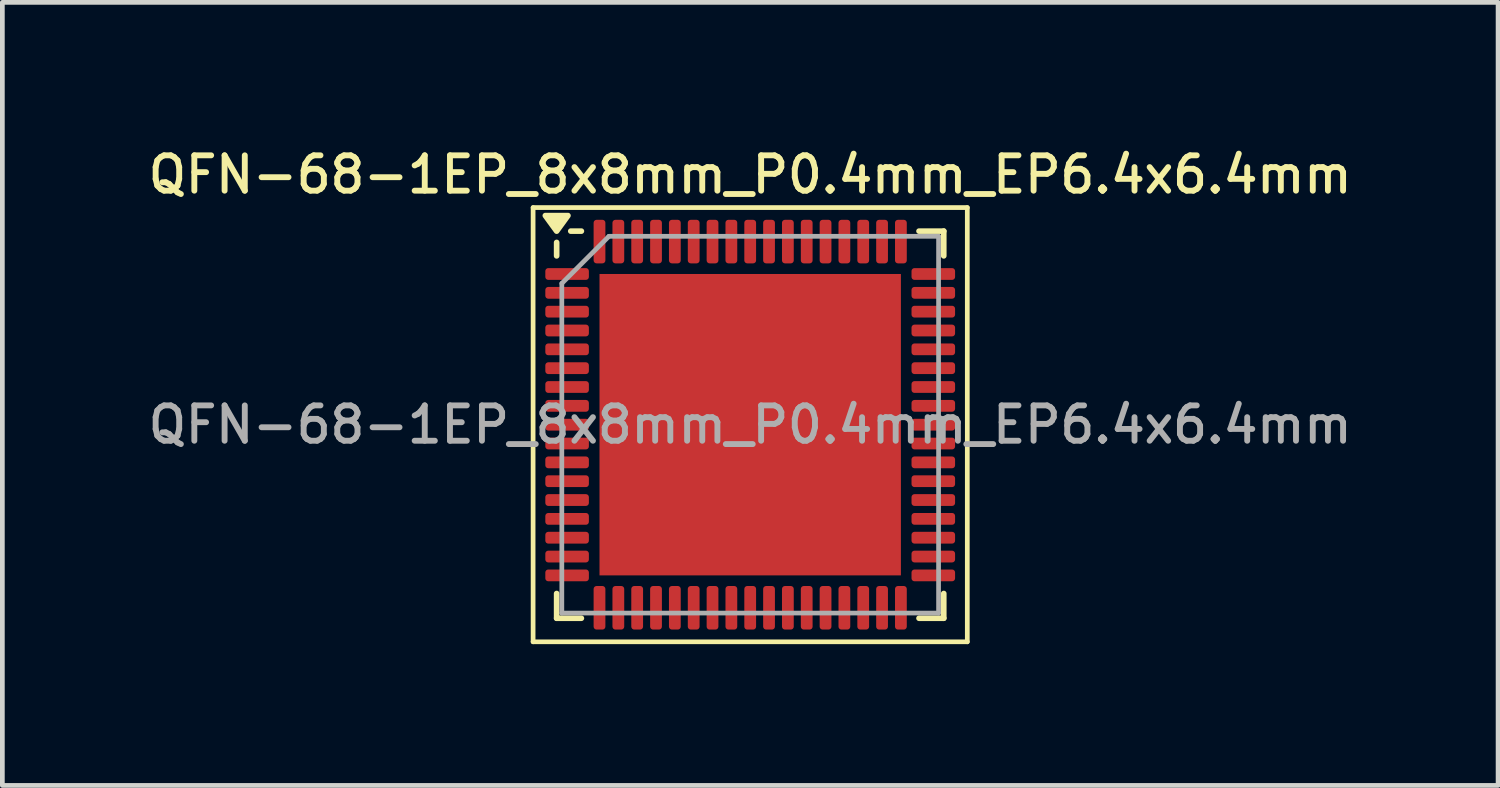
<source format=kicad_pcb>
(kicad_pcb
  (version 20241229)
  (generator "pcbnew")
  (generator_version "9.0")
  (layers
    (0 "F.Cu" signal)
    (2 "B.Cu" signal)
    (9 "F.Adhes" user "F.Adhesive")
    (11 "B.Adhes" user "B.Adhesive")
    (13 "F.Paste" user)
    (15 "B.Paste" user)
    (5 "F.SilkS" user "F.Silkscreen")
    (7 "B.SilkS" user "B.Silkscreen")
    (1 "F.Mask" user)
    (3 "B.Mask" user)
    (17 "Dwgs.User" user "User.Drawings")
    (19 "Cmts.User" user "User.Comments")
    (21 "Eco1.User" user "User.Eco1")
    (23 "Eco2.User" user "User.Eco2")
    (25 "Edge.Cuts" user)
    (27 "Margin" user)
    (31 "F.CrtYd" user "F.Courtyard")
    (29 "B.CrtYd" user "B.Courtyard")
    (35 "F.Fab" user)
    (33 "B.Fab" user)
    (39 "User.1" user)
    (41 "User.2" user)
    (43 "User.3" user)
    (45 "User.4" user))
  (footprint "QFN-68-1EP_8x8mm_P0.4mm_EP6.4x6.4mm"
    (layer "F.Cu")
    (at 12.88 5.968)
    (property "Reference" "QFN-68-1EP_8x8mm_P0.4mm_EP6.4x6.4mm" (at 0 -5.31 0) (layer "F.SilkS") (effects (font (size 0.75 0.75) (thickness 0.125))))
    (attr smd)
    (fp_line (start -4.61 -4.61) (end -4.61 4.61) (stroke (width 0.1) (type solid)) (layer "F.SilkS"))
    (fp_line (start -4.61 4.61) (end 4.61 4.61) (stroke (width 0.1) (type solid)) (layer "F.SilkS"))
    (fp_line (start -4.11 -3.585) (end -4.11 -3.87) (stroke (width 0.12) (type solid)) (layer "F.SilkS"))
    (fp_line (start -4.11 4.11) (end -4.11 3.585) (stroke (width 0.12) (type solid)) (layer "F.SilkS"))
    (fp_line (start -3.585 -4.11) (end -3.81 -4.11) (stroke (width 0.12) (type solid)) (layer "F.SilkS"))
    (fp_line (start -3.585 4.11) (end -4.11 4.11) (stroke (width 0.12) (type solid)) (layer "F.SilkS"))
    (fp_line (start 3.585 -4.11) (end 4.11 -4.11) (stroke (width 0.12) (type solid)) (layer "F.SilkS"))
    (fp_line (start 3.585 4.11) (end 4.11 4.11) (stroke (width 0.12) (type solid)) (layer "F.SilkS"))
    (fp_line (start 4.11 -4.11) (end 4.11 -3.585) (stroke (width 0.12) (type solid)) (layer "F.SilkS"))
    (fp_line (start 4.11 4.11) (end 4.11 3.585) (stroke (width 0.12) (type solid)) (layer "F.SilkS"))
    (fp_line (start 4.61 -4.61) (end -4.61 -4.61) (stroke (width 0.1) (type solid)) (layer "F.SilkS"))
    (fp_line (start 4.61 4.61) (end 4.61 -4.61) (stroke (width 0.1) (type solid)) (layer "F.SilkS"))
    (fp_poly (pts (xy -4.11 -4.11) (xy -4.35 -4.44) (xy -3.87 -4.44) (xy -4.11 -4.11)) (stroke (width 0.12) (type solid)) (fill yes) (layer "F.SilkS"))
    (fp_line (start -4 -3) (end -3 -4) (stroke (width 0.1) (type solid)) (layer "F.Fab"))
    (fp_line (start -4 4) (end -4 -3) (stroke (width 0.1) (type solid)) (layer "F.Fab"))
    (fp_line (start -3 -4) (end 4 -4) (stroke (width 0.1) (type solid)) (layer "F.Fab"))
    (fp_line (start 4 -4) (end 4 4) (stroke (width 0.1) (type solid)) (layer "F.Fab"))
    (fp_line (start 4 4) (end -4 4) (stroke (width 0.1) (type solid)) (layer "F.Fab"))
    (fp_text user "${REFERENCE}" (at 0 0 0) (layer "F.Fab") (effects (font (size 0.75 0.75) (thickness 0.125))))
    (pad "" smd roundrect (at -2.4 -2.4) (size 1.29 1.29) (layers "F.Paste") (roundrect_rratio 0.194))
    (pad "" smd roundrect (at -2.4 -0.8) (size 1.29 1.29) (layers "F.Paste") (roundrect_rratio 0.194))
    (pad "" smd roundrect (at -2.4 0.8) (size 1.29 1.29) (layers "F.Paste") (roundrect_rratio 0.194))
    (pad "" smd roundrect (at -2.4 2.4) (size 1.29 1.29) (layers "F.Paste") (roundrect_rratio 0.194))
    (pad "" smd roundrect (at -0.8 -2.4) (size 1.29 1.29) (layers "F.Paste") (roundrect_rratio 0.194))
    (pad "" smd roundrect (at -0.8 -0.8) (size 1.29 1.29) (layers "F.Paste") (roundrect_rratio 0.194))
    (pad "" smd roundrect (at -0.8 0.8) (size 1.29 1.29) (layers "F.Paste") (roundrect_rratio 0.194))
    (pad "" smd roundrect (at -0.8 2.4) (size 1.29 1.29) (layers "F.Paste") (roundrect_rratio 0.194))
    (pad "" smd roundrect (at 0.8 -2.4) (size 1.29 1.29) (layers "F.Paste") (roundrect_rratio 0.194))
    (pad "" smd roundrect (at 0.8 -0.8) (size 1.29 1.29) (layers "F.Paste") (roundrect_rratio 0.194))
    (pad "" smd roundrect (at 0.8 0.8) (size 1.29 1.29) (layers "F.Paste") (roundrect_rratio 0.194))
    (pad "" smd roundrect (at 0.8 2.4) (size 1.29 1.29) (layers "F.Paste") (roundrect_rratio 0.194))
    (pad "" smd roundrect (at 2.4 -2.4) (size 1.29 1.29) (layers "F.Paste") (roundrect_rratio 0.194))
    (pad "" smd roundrect (at 2.4 -0.8) (size 1.29 1.29) (layers "F.Paste") (roundrect_rratio 0.194))
    (pad "" smd roundrect (at 2.4 0.8) (size 1.29 1.29) (layers "F.Paste") (roundrect_rratio 0.194))
    (pad "" smd roundrect (at 2.4 2.4) (size 1.29 1.29) (layers "F.Paste") (roundrect_rratio 0.194))
    (pad "1" smd roundrect (at -3.888 -3.2) (size 0.925 0.25) (layers "F.Cu" "F.Mask" "F.Paste") (roundrect_rratio 0.25))
    (pad "2" smd roundrect (at -3.888 -2.8) (size 0.925 0.25) (layers "F.Cu" "F.Mask" "F.Paste") (roundrect_rratio 0.25))
    (pad "3" smd roundrect (at -3.888 -2.4) (size 0.925 0.25) (layers "F.Cu" "F.Mask" "F.Paste") (roundrect_rratio 0.25))
    (pad "4" smd roundrect (at -3.888 -2) (size 0.925 0.25) (layers "F.Cu" "F.Mask" "F.Paste") (roundrect_rratio 0.25))
    (pad "5" smd roundrect (at -3.888 -1.6) (size 0.925 0.25) (layers "F.Cu" "F.Mask" "F.Paste") (roundrect_rratio 0.25))
    (pad "6" smd roundrect (at -3.888 -1.2) (size 0.925 0.25) (layers "F.Cu" "F.Mask" "F.Paste") (roundrect_rratio 0.25))
    (pad "7" smd roundrect (at -3.888 -0.8) (size 0.925 0.25) (layers "F.Cu" "F.Mask" "F.Paste") (roundrect_rratio 0.25))
    (pad "8" smd roundrect (at -3.888 -0.4) (size 0.925 0.25) (layers "F.Cu" "F.Mask" "F.Paste") (roundrect_rratio 0.25))
    (pad "9" smd roundrect (at -3.888 0) (size 0.925 0.25) (layers "F.Cu" "F.Mask" "F.Paste") (roundrect_rratio 0.25))
    (pad "10" smd roundrect (at -3.888 0.4) (size 0.925 0.25) (layers "F.Cu" "F.Mask" "F.Paste") (roundrect_rratio 0.25))
    (pad "11" smd roundrect (at -3.888 0.8) (size 0.925 0.25) (layers "F.Cu" "F.Mask" "F.Paste") (roundrect_rratio 0.25))
    (pad "12" smd roundrect (at -3.888 1.2) (size 0.925 0.25) (layers "F.Cu" "F.Mask" "F.Paste") (roundrect_rratio 0.25))
    (pad "13" smd roundrect (at -3.888 1.6) (size 0.925 0.25) (layers "F.Cu" "F.Mask" "F.Paste") (roundrect_rratio 0.25))
    (pad "14" smd roundrect (at -3.888 2) (size 0.925 0.25) (layers "F.Cu" "F.Mask" "F.Paste") (roundrect_rratio 0.25))
    (pad "15" smd roundrect (at -3.888 2.4) (size 0.925 0.25) (layers "F.Cu" "F.Mask" "F.Paste") (roundrect_rratio 0.25))
    (pad "16" smd roundrect (at -3.888 2.8) (size 0.925 0.25) (layers "F.Cu" "F.Mask" "F.Paste") (roundrect_rratio 0.25))
    (pad "17" smd roundrect (at -3.888 3.2) (size 0.925 0.25) (layers "F.Cu" "F.Mask" "F.Paste") (roundrect_rratio 0.25))
    (pad "18" smd roundrect (at -3.2 3.888) (size 0.25 0.925) (layers "F.Cu" "F.Mask" "F.Paste") (roundrect_rratio 0.25))
    (pad "19" smd roundrect (at -2.8 3.888) (size 0.25 0.925) (layers "F.Cu" "F.Mask" "F.Paste") (roundrect_rratio 0.25))
    (pad "20" smd roundrect (at -2.4 3.888) (size 0.25 0.925) (layers "F.Cu" "F.Mask" "F.Paste") (roundrect_rratio 0.25))
    (pad "21" smd roundrect (at -2 3.888) (size 0.25 0.925) (layers "F.Cu" "F.Mask" "F.Paste") (roundrect_rratio 0.25))
    (pad "22" smd roundrect (at -1.6 3.888) (size 0.25 0.925) (layers "F.Cu" "F.Mask" "F.Paste") (roundrect_rratio 0.25))
    (pad "23" smd roundrect (at -1.2 3.888) (size 0.25 0.925) (layers "F.Cu" "F.Mask" "F.Paste") (roundrect_rratio 0.25))
    (pad "24" smd roundrect (at -0.8 3.888) (size 0.25 0.925) (layers "F.Cu" "F.Mask" "F.Paste") (roundrect_rratio 0.25))
    (pad "25" smd roundrect (at -0.4 3.888) (size 0.25 0.925) (layers "F.Cu" "F.Mask" "F.Paste") (roundrect_rratio 0.25))
    (pad "26" smd roundrect (at 0 3.888) (size 0.25 0.925) (layers "F.Cu" "F.Mask" "F.Paste") (roundrect_rratio 0.25))
    (pad "27" smd roundrect (at 0.4 3.888) (size 0.25 0.925) (layers "F.Cu" "F.Mask" "F.Paste") (roundrect_rratio 0.25))
    (pad "28" smd roundrect (at 0.8 3.888) (size 0.25 0.925) (layers "F.Cu" "F.Mask" "F.Paste") (roundrect_rratio 0.25))
    (pad "29" smd roundrect (at 1.2 3.888) (size 0.25 0.925) (layers "F.Cu" "F.Mask" "F.Paste") (roundrect_rratio 0.25))
    (pad "30" smd roundrect (at 1.6 3.888) (size 0.25 0.925) (layers "F.Cu" "F.Mask" "F.Paste") (roundrect_rratio 0.25))
    (pad "31" smd roundrect (at 2 3.888) (size 0.25 0.925) (layers "F.Cu" "F.Mask" "F.Paste") (roundrect_rratio 0.25))
    (pad "32" smd roundrect (at 2.4 3.888) (size 0.25 0.925) (layers "F.Cu" "F.Mask" "F.Paste") (roundrect_rratio 0.25))
    (pad "33" smd roundrect (at 2.8 3.888) (size 0.25 0.925) (layers "F.Cu" "F.Mask" "F.Paste") (roundrect_rratio 0.25))
    (pad "34" smd roundrect (at 3.2 3.888) (size 0.25 0.925) (layers "F.Cu" "F.Mask" "F.Paste") (roundrect_rratio 0.25))
    (pad "35" smd roundrect (at 3.888 3.2) (size 0.925 0.25) (layers "F.Cu" "F.Mask" "F.Paste") (roundrect_rratio 0.25))
    (pad "36" smd roundrect (at 3.888 2.8) (size 0.925 0.25) (layers "F.Cu" "F.Mask" "F.Paste") (roundrect_rratio 0.25))
    (pad "37" smd roundrect (at 3.888 2.4) (size 0.925 0.25) (layers "F.Cu" "F.Mask" "F.Paste") (roundrect_rratio 0.25))
    (pad "38" smd roundrect (at 3.888 2) (size 0.925 0.25) (layers "F.Cu" "F.Mask" "F.Paste") (roundrect_rratio 0.25))
    (pad "39" smd roundrect (at 3.888 1.6) (size 0.925 0.25) (layers "F.Cu" "F.Mask" "F.Paste") (roundrect_rratio 0.25))
    (pad "40" smd roundrect (at 3.888 1.2) (size 0.925 0.25) (layers "F.Cu" "F.Mask" "F.Paste") (roundrect_rratio 0.25))
    (pad "41" smd roundrect (at 3.888 0.8) (size 0.925 0.25) (layers "F.Cu" "F.Mask" "F.Paste") (roundrect_rratio 0.25))
    (pad "42" smd roundrect (at 3.888 0.4) (size 0.925 0.25) (layers "F.Cu" "F.Mask" "F.Paste") (roundrect_rratio 0.25))
    (pad "43" smd roundrect (at 3.888 0) (size 0.925 0.25) (layers "F.Cu" "F.Mask" "F.Paste") (roundrect_rratio 0.25))
    (pad "44" smd roundrect (at 3.888 -0.4) (size 0.925 0.25) (layers "F.Cu" "F.Mask" "F.Paste") (roundrect_rratio 0.25))
    (pad "45" smd roundrect (at 3.888 -0.8) (size 0.925 0.25) (layers "F.Cu" "F.Mask" "F.Paste") (roundrect_rratio 0.25))
    (pad "46" smd roundrect (at 3.888 -1.2) (size 0.925 0.25) (layers "F.Cu" "F.Mask" "F.Paste") (roundrect_rratio 0.25))
    (pad "47" smd roundrect (at 3.888 -1.6) (size 0.925 0.25) (layers "F.Cu" "F.Mask" "F.Paste") (roundrect_rratio 0.25))
    (pad "48" smd roundrect (at 3.888 -2) (size 0.925 0.25) (layers "F.Cu" "F.Mask" "F.Paste") (roundrect_rratio 0.25))
    (pad "49" smd roundrect (at 3.888 -2.4) (size 0.925 0.25) (layers "F.Cu" "F.Mask" "F.Paste") (roundrect_rratio 0.25))
    (pad "50" smd roundrect (at 3.888 -2.8) (size 0.925 0.25) (layers "F.Cu" "F.Mask" "F.Paste") (roundrect_rratio 0.25))
    (pad "51" smd roundrect (at 3.888 -3.2) (size 0.925 0.25) (layers "F.Cu" "F.Mask" "F.Paste") (roundrect_rratio 0.25))
    (pad "52" smd roundrect (at 3.2 -3.888) (size 0.25 0.925) (layers "F.Cu" "F.Mask" "F.Paste") (roundrect_rratio 0.25))
    (pad "53" smd roundrect (at 2.8 -3.888) (size 0.25 0.925) (layers "F.Cu" "F.Mask" "F.Paste") (roundrect_rratio 0.25))
    (pad "54" smd roundrect (at 2.4 -3.888) (size 0.25 0.925) (layers "F.Cu" "F.Mask" "F.Paste") (roundrect_rratio 0.25))
    (pad "55" smd roundrect (at 2 -3.888) (size 0.25 0.925) (layers "F.Cu" "F.Mask" "F.Paste") (roundrect_rratio 0.25))
    (pad "56" smd roundrect (at 1.6 -3.888) (size 0.25 0.925) (layers "F.Cu" "F.Mask" "F.Paste") (roundrect_rratio 0.25))
    (pad "57" smd roundrect (at 1.2 -3.888) (size 0.25 0.925) (layers "F.Cu" "F.Mask" "F.Paste") (roundrect_rratio 0.25))
    (pad "58" smd roundrect (at 0.8 -3.888) (size 0.25 0.925) (layers "F.Cu" "F.Mask" "F.Paste") (roundrect_rratio 0.25))
    (pad "59" smd roundrect (at 0.4 -3.888) (size 0.25 0.925) (layers "F.Cu" "F.Mask" "F.Paste") (roundrect_rratio 0.25))
    (pad "60" smd roundrect (at 0 -3.888) (size 0.25 0.925) (layers "F.Cu" "F.Mask" "F.Paste") (roundrect_rratio 0.25))
    (pad "61" smd roundrect (at -0.4 -3.888) (size 0.25 0.925) (layers "F.Cu" "F.Mask" "F.Paste") (roundrect_rratio 0.25))
    (pad "62" smd roundrect (at -0.8 -3.888) (size 0.25 0.925) (layers "F.Cu" "F.Mask" "F.Paste") (roundrect_rratio 0.25))
    (pad "63" smd roundrect (at -1.2 -3.888) (size 0.25 0.925) (layers "F.Cu" "F.Mask" "F.Paste") (roundrect_rratio 0.25))
    (pad "64" smd roundrect (at -1.6 -3.888) (size 0.25 0.925) (layers "F.Cu" "F.Mask" "F.Paste") (roundrect_rratio 0.25))
    (pad "65" smd roundrect (at -2 -3.888) (size 0.25 0.925) (layers "F.Cu" "F.Mask" "F.Paste") (roundrect_rratio 0.25))
    (pad "66" smd roundrect (at -2.4 -3.888) (size 0.25 0.925) (layers "F.Cu" "F.Mask" "F.Paste") (roundrect_rratio 0.25))
    (pad "67" smd roundrect (at -2.8 -3.888) (size 0.25 0.925) (layers "F.Cu" "F.Mask" "F.Paste") (roundrect_rratio 0.25))
    (pad "68" smd roundrect (at -3.2 -3.888) (size 0.25 0.925) (layers "F.Cu" "F.Mask" "F.Paste") (roundrect_rratio 0.25))
    (pad "69" smd rect (at 0 0) (size 6.4 6.4) (property pad_prop_heatsink) (layers "F.Cu" "F.Mask")))
  (gr_rect
    (start -3 -3)
    (end 28.761 13.628)
    (stroke (width 0.1) (type default))
    (fill no)
    (layer "Edge.Cuts")))
</source>
